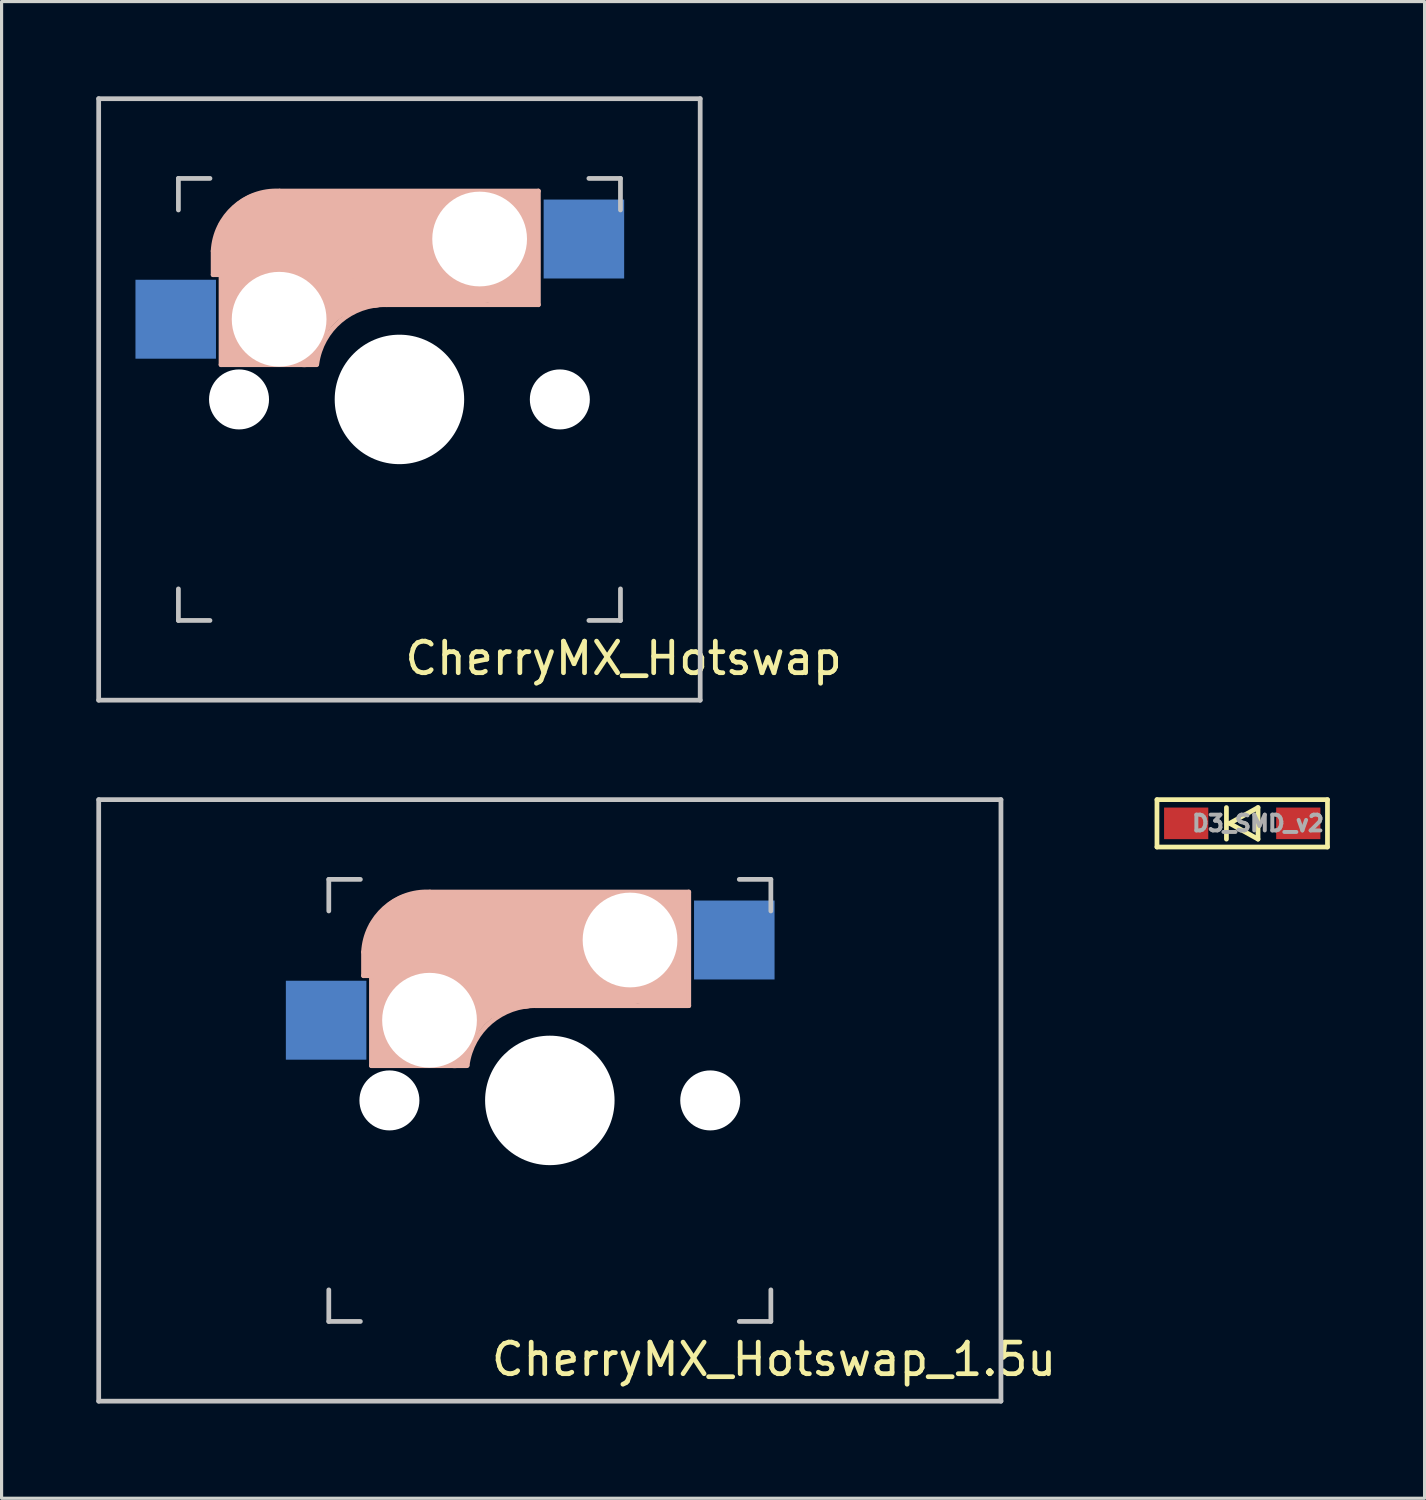
<source format=kicad_pcb>
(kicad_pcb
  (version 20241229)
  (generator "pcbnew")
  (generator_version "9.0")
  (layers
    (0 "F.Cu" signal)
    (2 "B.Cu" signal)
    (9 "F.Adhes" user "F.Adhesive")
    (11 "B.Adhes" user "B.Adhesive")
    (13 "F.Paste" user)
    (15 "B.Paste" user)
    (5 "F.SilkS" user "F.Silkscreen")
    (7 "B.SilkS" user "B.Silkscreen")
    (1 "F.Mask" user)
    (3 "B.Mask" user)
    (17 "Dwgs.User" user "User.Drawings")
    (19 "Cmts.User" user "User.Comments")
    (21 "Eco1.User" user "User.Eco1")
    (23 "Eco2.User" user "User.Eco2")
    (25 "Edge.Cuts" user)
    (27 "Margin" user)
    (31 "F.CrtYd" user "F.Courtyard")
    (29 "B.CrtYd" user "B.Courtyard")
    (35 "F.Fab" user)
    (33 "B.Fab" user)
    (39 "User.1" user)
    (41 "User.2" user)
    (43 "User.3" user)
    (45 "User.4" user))
  (footprint "CherryMX_Hotswap_1.5u"
    (layer "F.Cu")
    (at 14.363 31.8)
    (property "Reference" "CherryMX_Hotswap_1.5u" (at 7.1 8.2 0) (layer "F.SilkS") (effects (font (size 1 1) (thickness 0.15))))
    (attr smd)
    (fp_line (start -5.9 -4.7) (end -5.9 -3.95) (stroke (width 0.15) (type solid)) (layer "B.SilkS"))
    (fp_line (start -5.9 -3.95) (end -5.7 -3.95) (stroke (width 0.15) (type solid)) (layer "B.SilkS"))
    (fp_line (start -5.8 -4.05) (end -5.8 -4.7) (stroke (width 0.3) (type solid)) (layer "B.SilkS"))
    (fp_line (start -5.65 -5.55) (end -5.65 -1.1) (stroke (width 0.15) (type solid)) (layer "B.SilkS"))
    (fp_line (start -5.65 -1.1) (end -2.62 -1.1) (stroke (width 0.15) (type solid)) (layer "B.SilkS"))
    (fp_line (start -5.45 -1.3) (end -3 -1.3) (stroke (width 0.5) (type solid)) (layer "B.SilkS"))
    (fp_line (start -5.3 -1.6) (end -5.3 -3.4) (stroke (width 0.8) (type solid)) (layer "B.SilkS"))
    (fp_line (start -4.17 -5.1) (end -4.17 -2.86) (stroke (width 3) (type solid)) (layer "B.SilkS"))
    (fp_line (start -0.4 -3) (end 4.4 -3) (stroke (width 0.15) (type solid)) (layer "B.SilkS"))
    (fp_line (start 2.6 -4.8) (end -4.1 -4.8) (stroke (width 3.5) (type solid)) (layer "B.SilkS"))
    (fp_line (start 3.9 -6) (end 3.9 -3.5) (stroke (width 1) (type solid)) (layer "B.SilkS"))
    (fp_line (start 4.2 -3.25) (end 2.9 -3.3) (stroke (width 0.5) (type solid)) (layer "B.SilkS"))
    (fp_line (start 4.25 -6.4) (end 3 -6.4) (stroke (width 0.4) (type solid)) (layer "B.SilkS"))
    (fp_line (start 4.38 -4) (end 4.38 -6.25) (stroke (width 0.15) (type solid)) (layer "B.SilkS"))
    (fp_line (start 4.4 -6.6) (end -3.8 -6.6) (stroke (width 0.15) (type solid)) (layer "B.SilkS"))
    (fp_line (start 4.4 -3) (end 4.4 -6.6) (stroke (width 0.15) (type solid)) (layer "B.SilkS"))
    (fp_arc (start -5.9 -4.699999) (mid -5.243504 -6.084924) (end -3.800001 -6.6) (stroke (width 0.15) (type solid)) (layer "B.SilkS"))
    (fp_arc (start -3.016318 -1.521471) (mid -2.268709 -2.886118) (end -0.8 -3.4) (stroke (width 1) (type solid)) (layer "B.SilkS"))
    (fp_arc (start -2.616318 -1.121471) (mid -1.868709 -2.486118) (end -0.4 -3) (stroke (width 0.15) (type solid)) (layer "B.SilkS"))
    (fp_line (start -14.287 -9.525) (end 14.287 -9.525) (stroke (width 0.15) (type solid)) (layer "Dwgs.User"))
    (fp_line (start -14.287 9.525) (end -14.287 -9.525) (stroke (width 0.15) (type solid)) (layer "Dwgs.User"))
    (fp_line (start -7 -7) (end -6 -7) (stroke (width 0.15) (type solid)) (layer "Dwgs.User"))
    (fp_line (start -7 -6) (end -7 -7) (stroke (width 0.15) (type solid)) (layer "Dwgs.User"))
    (fp_line (start -7 6) (end -7 7) (stroke (width 0.15) (type solid)) (layer "Dwgs.User"))
    (fp_line (start -7 7) (end -6 7) (stroke (width 0.15) (type solid)) (layer "Dwgs.User"))
    (fp_line (start 6 7) (end 7 7) (stroke (width 0.15) (type solid)) (layer "Dwgs.User"))
    (fp_line (start 7 -7) (end 6 -7) (stroke (width 0.15) (type solid)) (layer "Dwgs.User"))
    (fp_line (start 7 -7) (end 7 -6) (stroke (width 0.15) (type solid)) (layer "Dwgs.User"))
    (fp_line (start 7 7) (end 7 6) (stroke (width 0.15) (type solid)) (layer "Dwgs.User"))
    (fp_line (start 14.287 -9.525) (end 14.287 9.525) (stroke (width 0.15) (type solid)) (layer "Dwgs.User"))
    (fp_line (start 14.287 9.525) (end -14.287 9.525) (stroke (width 0.15) (type solid)) (layer "Dwgs.User"))
    (pad "" np_thru_hole circle (at -5.08 0) (size 1.9 1.9) (drill 1.9) (layers "*.Cu" "*.Mask"))
    (pad "" np_thru_hole circle (at -3.81 -2.54) (size 3 3) (drill 3) (layers "*.Cu" "*.Mask"))
    (pad "" np_thru_hole circle (at 0 0 90) (size 4.1 4.1) (drill 4.1) (layers "*.Cu" "*.Mask"))
    (pad "" np_thru_hole circle (at 2.54 -5.08) (size 3 3) (drill 3) (layers "*.Cu" "*.Mask"))
    (pad "" np_thru_hole circle (at 5.08 0) (size 1.9 1.9) (drill 1.9) (layers "*.Cu" "*.Mask"))
    (pad "1" smd rect (at -7.085 -2.54 180) (size 2.55 2.5) (layers "B.Cu" "B.Mask" "B.Paste"))
    (pad "2" smd rect (at 5.842 -5.08 180) (size 2.55 2.5) (layers "B.Cu" "B.Mask" "B.Paste")))
  (footprint "CherryMX_Hotswap"
    (layer "F.Cu")
    (at 9.6 9.6)
    (property "Reference" "CherryMX_Hotswap" (at 7.1 8.2 0) (layer "F.SilkS") (effects (font (size 1 1) (thickness 0.15))))
    (attr smd)
    (fp_line (start -5.9 -4.7) (end -5.9 -3.95) (stroke (width 0.15) (type solid)) (layer "B.SilkS"))
    (fp_line (start -5.9 -3.95) (end -5.7 -3.95) (stroke (width 0.15) (type solid)) (layer "B.SilkS"))
    (fp_line (start -5.8 -4.05) (end -5.8 -4.7) (stroke (width 0.3) (type solid)) (layer "B.SilkS"))
    (fp_line (start -5.65 -5.55) (end -5.65 -1.1) (stroke (width 0.15) (type solid)) (layer "B.SilkS"))
    (fp_line (start -5.65 -1.1) (end -2.62 -1.1) (stroke (width 0.15) (type solid)) (layer "B.SilkS"))
    (fp_line (start -5.45 -1.3) (end -3 -1.3) (stroke (width 0.5) (type solid)) (layer "B.SilkS"))
    (fp_line (start -5.3 -1.6) (end -5.3 -3.4) (stroke (width 0.8) (type solid)) (layer "B.SilkS"))
    (fp_line (start -4.17 -5.1) (end -4.17 -2.86) (stroke (width 3) (type solid)) (layer "B.SilkS"))
    (fp_line (start -0.4 -3) (end 4.4 -3) (stroke (width 0.15) (type solid)) (layer "B.SilkS"))
    (fp_line (start 2.6 -4.8) (end -4.1 -4.8) (stroke (width 3.5) (type solid)) (layer "B.SilkS"))
    (fp_line (start 3.9 -6) (end 3.9 -3.5) (stroke (width 1) (type solid)) (layer "B.SilkS"))
    (fp_line (start 4.2 -3.25) (end 2.9 -3.3) (stroke (width 0.5) (type solid)) (layer "B.SilkS"))
    (fp_line (start 4.25 -6.4) (end 3 -6.4) (stroke (width 0.4) (type solid)) (layer "B.SilkS"))
    (fp_line (start 4.38 -4) (end 4.38 -6.25) (stroke (width 0.15) (type solid)) (layer "B.SilkS"))
    (fp_line (start 4.4 -6.6) (end -3.8 -6.6) (stroke (width 0.15) (type solid)) (layer "B.SilkS"))
    (fp_line (start 4.4 -3) (end 4.4 -6.6) (stroke (width 0.15) (type solid)) (layer "B.SilkS"))
    (fp_arc (start -5.9 -4.699999) (mid -5.243504 -6.084924) (end -3.800001 -6.6) (stroke (width 0.15) (type solid)) (layer "B.SilkS"))
    (fp_arc (start -3.016318 -1.521471) (mid -2.268709 -2.886118) (end -0.8 -3.4) (stroke (width 1) (type solid)) (layer "B.SilkS"))
    (fp_arc (start -2.616318 -1.121471) (mid -1.868709 -2.486118) (end -0.4 -3) (stroke (width 0.15) (type solid)) (layer "B.SilkS"))
    (fp_line (start -9.525 -9.525) (end 9.525 -9.525) (stroke (width 0.15) (type solid)) (layer "Dwgs.User"))
    (fp_line (start -9.525 9.525) (end -9.525 -9.525) (stroke (width 0.15) (type solid)) (layer "Dwgs.User"))
    (fp_line (start -7 -7) (end -6 -7) (stroke (width 0.15) (type solid)) (layer "Dwgs.User"))
    (fp_line (start -7 -6) (end -7 -7) (stroke (width 0.15) (type solid)) (layer "Dwgs.User"))
    (fp_line (start -7 6) (end -7 7) (stroke (width 0.15) (type solid)) (layer "Dwgs.User"))
    (fp_line (start -7 7) (end -6 7) (stroke (width 0.15) (type solid)) (layer "Dwgs.User"))
    (fp_line (start 6 7) (end 7 7) (stroke (width 0.15) (type solid)) (layer "Dwgs.User"))
    (fp_line (start 7 -7) (end 6 -7) (stroke (width 0.15) (type solid)) (layer "Dwgs.User"))
    (fp_line (start 7 -7) (end 7 -6) (stroke (width 0.15) (type solid)) (layer "Dwgs.User"))
    (fp_line (start 7 7) (end 7 6) (stroke (width 0.15) (type solid)) (layer "Dwgs.User"))
    (fp_line (start 9.525 -9.525) (end 9.525 9.525) (stroke (width 0.15) (type solid)) (layer "Dwgs.User"))
    (fp_line (start 9.525 9.525) (end -9.525 9.525) (stroke (width 0.15) (type solid)) (layer "Dwgs.User"))
    (pad "" np_thru_hole circle (at -5.08 0) (size 1.9 1.9) (drill 1.9) (layers "*.Cu" "*.Mask"))
    (pad "" np_thru_hole circle (at -3.81 -2.54) (size 3 3) (drill 3) (layers "*.Cu" "*.Mask"))
    (pad "" np_thru_hole circle (at 0 0 90) (size 4.1 4.1) (drill 4.1) (layers "*.Cu" "*.Mask"))
    (pad "" np_thru_hole circle (at 2.54 -5.08) (size 3 3) (drill 3) (layers "*.Cu" "*.Mask"))
    (pad "" np_thru_hole circle (at 5.08 0) (size 1.9 1.9) (drill 1.9) (layers "*.Cu" "*.Mask"))
    (pad "1" smd rect (at -7.085 -2.54 180) (size 2.55 2.5) (layers "B.Cu" "B.Mask" "B.Paste"))
    (pad "2" smd rect (at 5.842 -5.08 180) (size 2.55 2.5) (layers "B.Cu" "B.Mask" "B.Paste")))
  (footprint "D3_SMD_v2"
    (layer "F.Cu")
    (at 36.291 23.025)
    (property "Reference" "D3_SMD_v2" (at 0.5 0 0) (layer "F.Fab") (effects (font (size 0.5 0.5) (thickness 0.125))))
    (attr smd)
    (fp_line (start -2.7 -0.75) (end -2.7 0.75) (stroke (width 0.15) (type solid)) (layer "F.SilkS"))
    (fp_line (start -2.7 0.75) (end 2.7 0.75) (stroke (width 0.15) (type solid)) (layer "F.SilkS"))
    (fp_line (start -0.5 -0.5) (end -0.5 0.5) (stroke (width 0.15) (type solid)) (layer "F.SilkS"))
    (fp_line (start -0.4 0) (end 0.5 -0.5) (stroke (width 0.15) (type solid)) (layer "F.SilkS"))
    (fp_line (start 0.5 -0.5) (end 0.5 0.5) (stroke (width 0.15) (type solid)) (layer "F.SilkS"))
    (fp_line (start 0.5 0.5) (end -0.4 0) (stroke (width 0.15) (type solid)) (layer "F.SilkS"))
    (fp_line (start 2.7 -0.75) (end -2.7 -0.75) (stroke (width 0.15) (type solid)) (layer "F.SilkS"))
    (fp_line (start 2.7 -0.75) (end 2.7 0.75) (stroke (width 0.15) (type solid)) (layer "F.SilkS"))
    (pad "1" smd rect (at -1.775 0) (size 1.4 1) (layers "F.Cu" "F.Mask" "F.Paste"))
    (pad "2" smd rect (at 1.775 0) (size 1.4 1) (layers "F.Cu" "F.Mask" "F.Paste")))
  (gr_rect
    (start -3 -3)
    (end 42.066 44.4)
    (stroke (width 0.1) (type default))
    (fill no)
    (layer "Edge.Cuts")))
</source>
